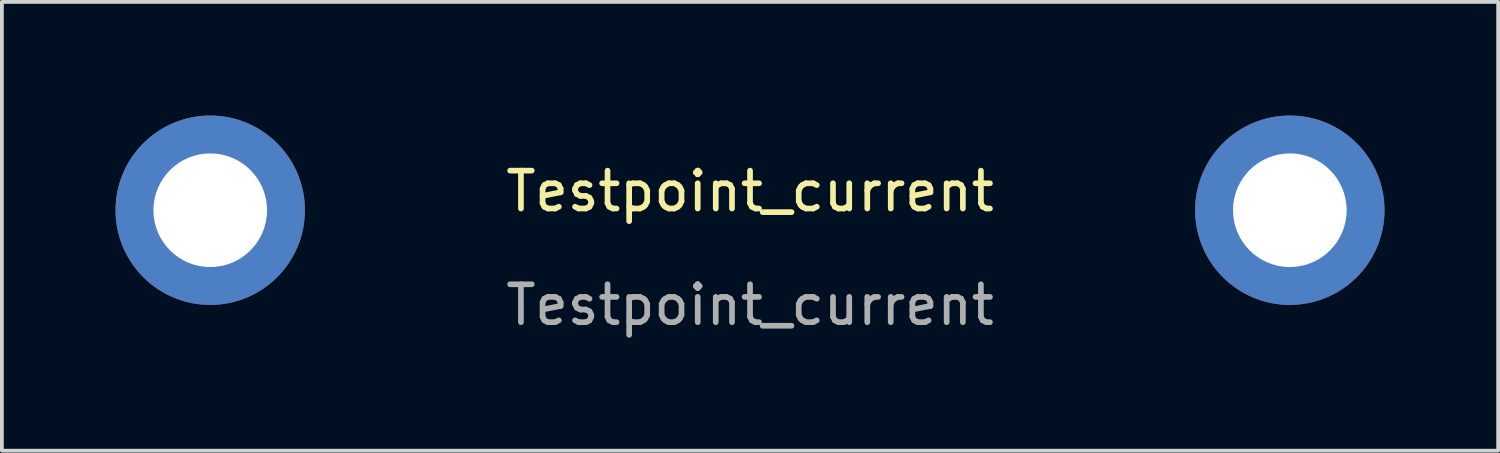
<source format=kicad_pcb>
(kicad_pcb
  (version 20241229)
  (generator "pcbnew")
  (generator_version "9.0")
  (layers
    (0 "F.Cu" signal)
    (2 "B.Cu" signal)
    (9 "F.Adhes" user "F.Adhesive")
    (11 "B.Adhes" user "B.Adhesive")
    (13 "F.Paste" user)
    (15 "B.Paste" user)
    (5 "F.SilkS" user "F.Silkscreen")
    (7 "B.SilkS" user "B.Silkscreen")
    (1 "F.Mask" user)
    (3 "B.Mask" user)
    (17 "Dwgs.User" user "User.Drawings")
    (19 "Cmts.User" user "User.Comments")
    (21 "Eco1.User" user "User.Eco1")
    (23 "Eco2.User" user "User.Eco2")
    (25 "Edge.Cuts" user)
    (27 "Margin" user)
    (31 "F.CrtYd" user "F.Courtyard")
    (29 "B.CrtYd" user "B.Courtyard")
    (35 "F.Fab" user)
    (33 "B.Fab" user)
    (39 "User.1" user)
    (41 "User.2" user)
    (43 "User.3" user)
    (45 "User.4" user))
  (footprint "Testpoint_current"
    (layer "F.Cu")
    (at 16.75 2.5)
    (property "Reference" "Testpoint_current" (at 0 -0.5 0) (unlocked yes) (layer "F.SilkS") (effects (font (size 1 1) (thickness 0.15))))
    (attr through_hole)
    (fp_text user "${REFERENCE}" (at 0 2.5 0) (unlocked yes) (layer "F.Fab") (effects (font (size 1 1) (thickness 0.15))))
    (pad "1" thru_hole circle (at -14.25 0) (size 5 5) (drill 3) (layers "*.Cu" "*.Mask"))
    (pad "2" thru_hole circle (at 14.25 0) (size 5 5) (drill 3) (layers "*.Cu" "*.Mask")))
  (gr_rect
    (start -3 -3)
    (end 36.5 8.848)
    (stroke (width 0.1) (type default))
    (fill no)
    (layer "Edge.Cuts")))
</source>
